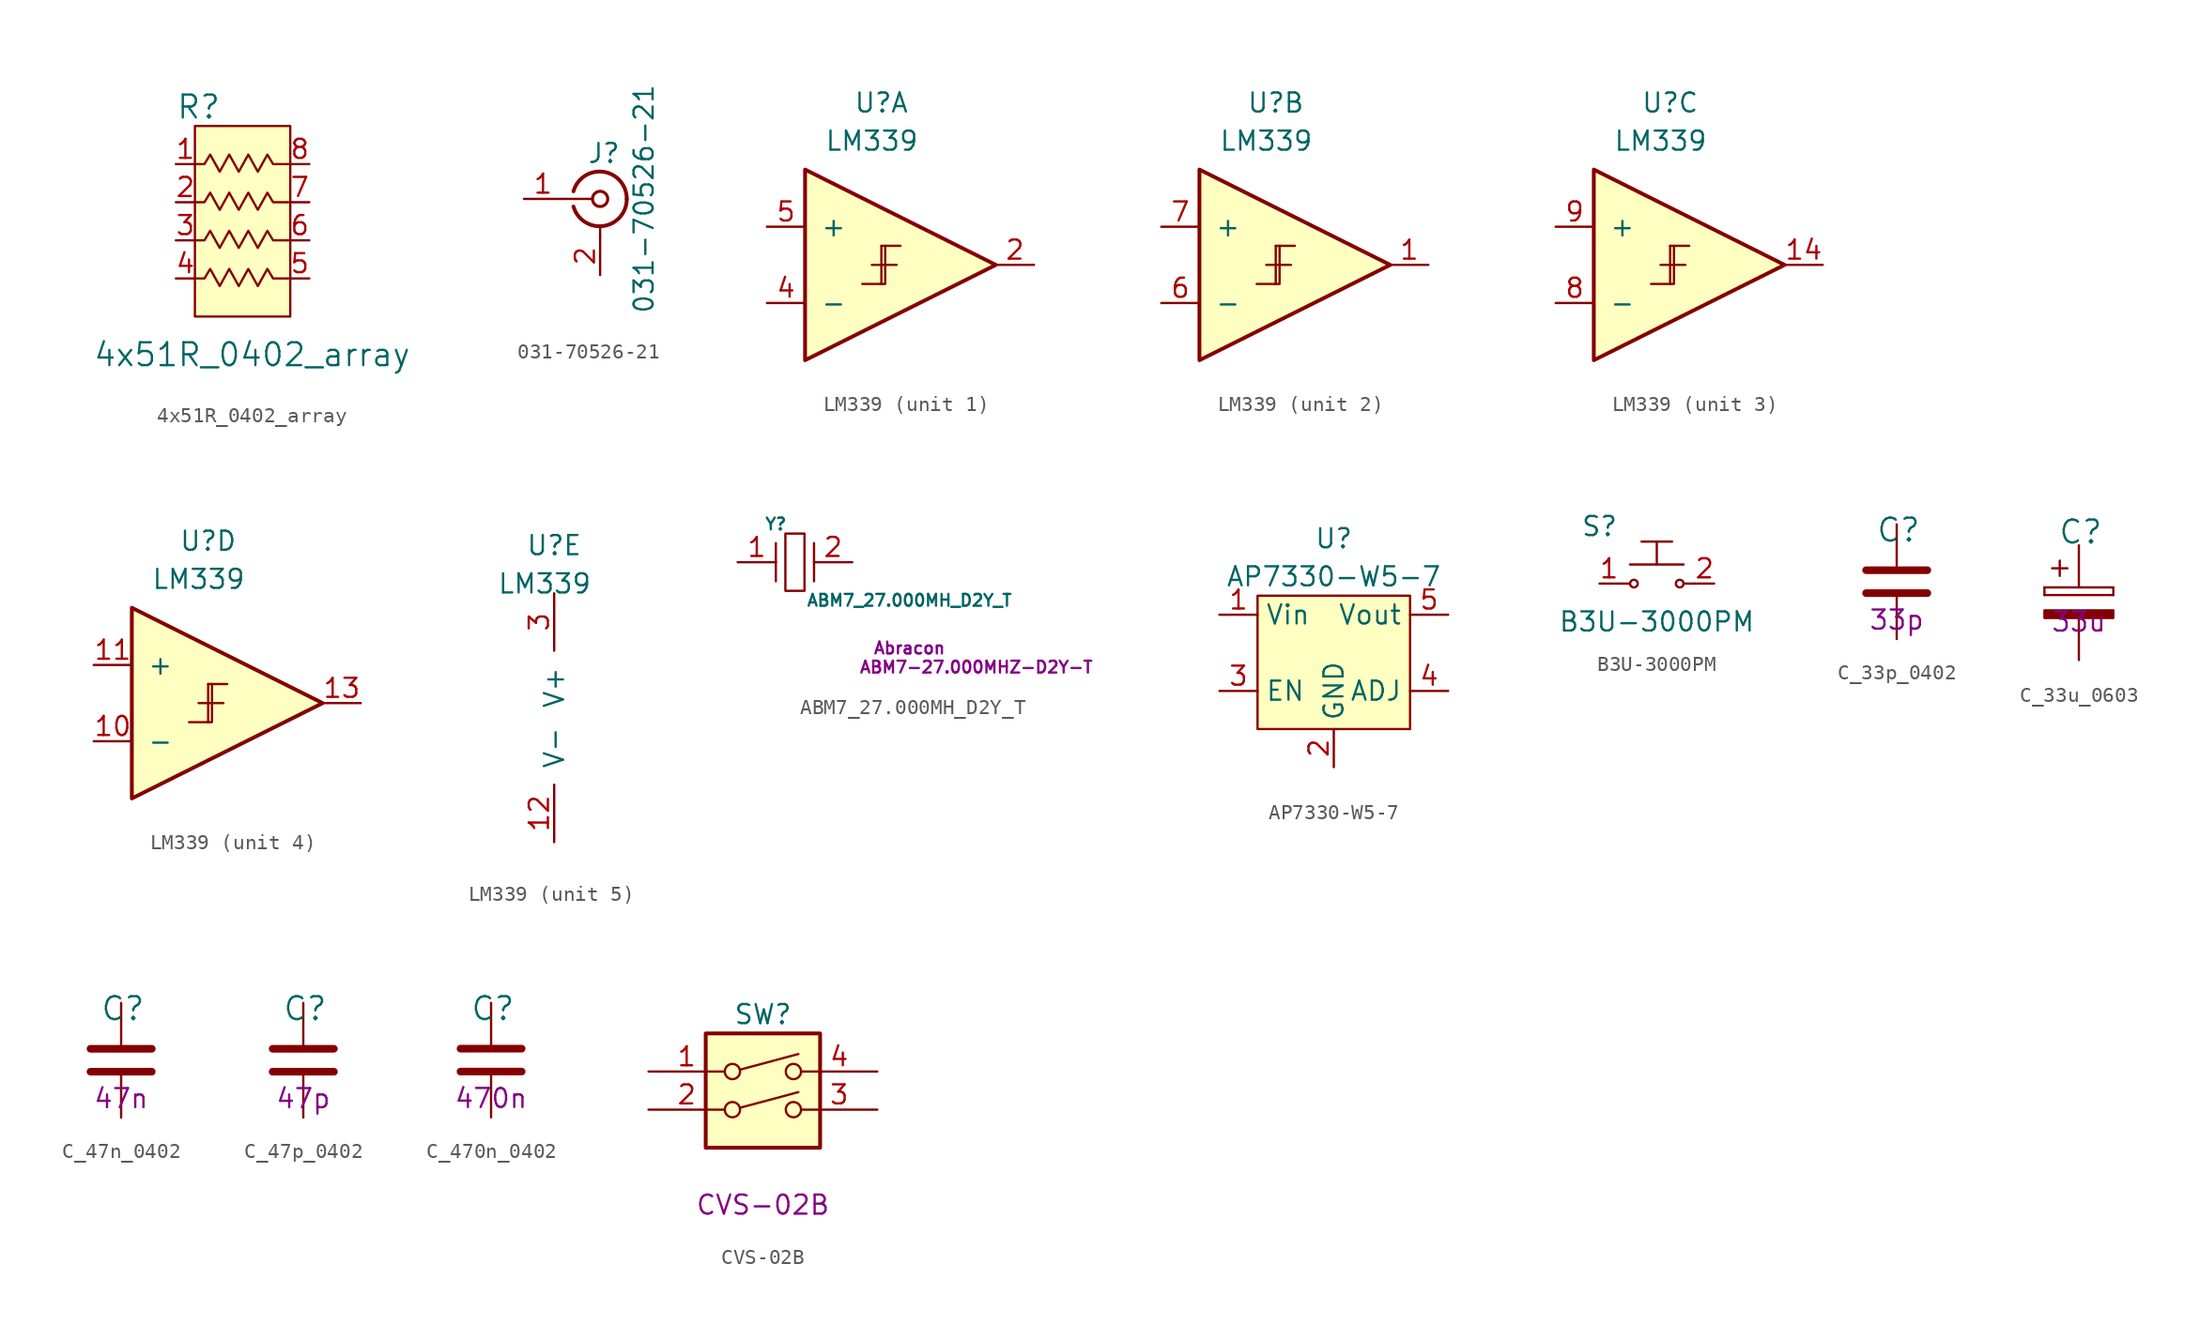
<source format=kicad_sym>
(kicad_symbol_lib
  (version 20211014)
  (generator kicad_symbol_editor)
  (symbol "4x51R_0402_array"
    (pin_names
      (offset 1.016))
    (property "Reference" "R"
      (at -5.08 13.97 0)
      (effects (font (size 1.524 1.524)) (justify left)))
    (property "Value" "4x51R_0402_array"
      (at 0 -2.54 0)
      (effects (font (size 1.524 1.524))))
    (symbol "4x51R_0402_array_0_1"
      (polyline (pts (xy 2.54 12.7) (xy 2.54 0) (xy -3.81 0) (xy -3.81 12.7) (xy 2.54 12.7)) (stroke (width 0) (type default) (color 0 0 0 0)) (fill (type background)))
      (polyline (pts (xy -3.81 7.62) (xy -3.175 7.62) (xy -2.794 8.255) (xy -2.159 7.112) (xy -1.524 8.255) (xy -0.889 7.112) (xy -0.254 8.255) (xy 0.381 7.112) (xy 1.016 8.255) (xy 1.397 7.62) (xy 2.413 7.62)) (stroke (width 0) (type default) (color 0 0 0 0)) (fill (type none))))
    (symbol "4x51R_0402_array_1_1"
      (polyline (pts (xy -3.81 2.54) (xy -3.175 2.54) (xy -2.794 3.175) (xy -2.159 2.032) (xy -1.524 3.175) (xy -0.889 2.032) (xy -0.254 3.175) (xy 0.381 2.032) (xy 1.016 3.175) (xy 1.397 2.54) (xy 2.413 2.54)) (stroke (width 0) (type default) (color 0 0 0 0)) (fill (type none)))
      (polyline (pts (xy -3.81 5.08) (xy -3.175 5.08) (xy -2.794 5.715) (xy -2.159 4.572) (xy -1.524 5.715) (xy -0.889 4.572) (xy -0.254 5.715) (xy 0.381 4.572) (xy 1.016 5.715) (xy 1.397 5.08) (xy 2.413 5.08)) (stroke (width 0) (type default) (color 0 0 0 0)) (fill (type none)))
      (polyline (pts (xy -3.81 10.16) (xy -3.175 10.16) (xy -2.794 10.795) (xy -2.159 9.652) (xy -1.524 10.795) (xy -0.889 9.652) (xy -0.254 10.795) (xy 0.381 9.652) (xy 1.016 10.795) (xy 1.397 10.16) (xy 2.413 10.16)) (stroke (width 0) (type default) (color 0 0 0 0)) (fill (type none)))
      (pin passive line (at -5.08 10.16 0) (length 1.27) (name "~" (effects (font (size 1.27 1.27)))) (number "1" (effects (font (size 1.27 1.27)))))
      (pin passive line (at -5.08 7.62 0) (length 1.27) (name "~" (effects (font (size 1.27 1.27)))) (number "2" (effects (font (size 1.27 1.27)))))
      (pin passive line (at -5.08 5.08 0) (length 1.27) (name "~" (effects (font (size 1.27 1.27)))) (number "3" (effects (font (size 1.27 1.27)))))
      (pin passive line (at -5.08 2.54 0) (length 1.27) (name "~" (effects (font (size 1.27 1.27)))) (number "4" (effects (font (size 1.27 1.27)))))
      (pin passive line (at 3.81 2.54 180) (length 1.27) (name "~" (effects (font (size 1.27 1.27)))) (number "5" (effects (font (size 1.27 1.27)))))
      (pin passive line (at 3.81 5.08 180) (length 1.27) (name "~" (effects (font (size 1.27 1.27)))) (number "6" (effects (font (size 1.27 1.27)))))
      (pin passive line (at 3.81 7.62 180) (length 1.27) (name "~" (effects (font (size 1.27 1.27)))) (number "7" (effects (font (size 1.27 1.27)))))
      (pin passive line (at 3.81 10.16 180) (length 1.27) (name "~" (effects (font (size 1.27 1.27)))) (number "8" (effects (font (size 1.27 1.27)))))))
  (symbol "031-70526-21"
    (pin_names
      (offset 1.016) hide)
    (property "Reference" "J"
      (at 0.254 3.048 0)
      (effects (font (size 1.27 1.27))))
    (property "Value" "031-70526-21"
      (at 2.921 0 90)
      (effects (font (size 1.27 1.27))))
    (symbol "031-70526-21_0_1"
      (arc (start -1.778 -0.508) (mid 0.2311 -1.8066) (end 1.778 0) (stroke (width 0.254) (type default) (color 0 0 0 0)) (fill (type none)))
      (polyline (pts (xy -2.54 0) (xy -0.508 0)) (stroke (width 0) (type default) (color 0 0 0 0)) (fill (type none)))
      (polyline (pts (xy 0 -2.54) (xy 0 -1.778)) (stroke (width 0) (type default) (color 0 0 0 0)) (fill (type none)))
      (circle (center 0 0) (radius 0.508) (stroke (width 0.203) (type default) (color 0 0 0 0)) (fill (type none)))
      (arc (start 1.778 0) (mid 0.2099 1.8101) (end -1.778 0.508) (stroke (width 0.254) (type default) (color 0 0 0 0)) (fill (type none))))
    (symbol "031-70526-21_1_1"
      (pin passive line (at -5.08 0 0) (length 2.54) (name "In" (effects (font (size 1.27 1.27)))) (number "1" (effects (font (size 1.27 1.27)))))
      (pin passive line (at 0 -5.08 90) (length 2.54) (name "Ext" (effects (font (size 1.27 1.27)))) (number "2" (effects (font (size 1.27 1.27)))))))
  (symbol " LM339"
    (pin_names
      (offset 1.016))
    (property "Reference" "U"
      (at 0 10.795 0)
      (effects (font (size 1.27 1.27))))
    (property "Value" " LM339"
      (at -0.635 8.255 0)
      (effects (font (size 1.27 1.27))))
    (symbol " LM339_1_1"
      (polyline (pts (xy -0.635 0) (xy 1.016 0)) (stroke (width 0) (type default) (color 0 0 0 0)) (fill (type none)))
      (polyline (pts (xy 0 -1.27) (xy -1.27 -1.27)) (stroke (width 0) (type default) (color 0 0 0 0)) (fill (type none)))
      (polyline (pts (xy 0 1.27) (xy 0 -1.27)) (stroke (width 0) (type default) (color 0 0 0 0)) (fill (type none)))
      (polyline (pts (xy 0 1.27) (xy 1.27 1.27)) (stroke (width 0) (type default) (color 0 0 0 0)) (fill (type none)))
      (polyline (pts (xy 0 -1.27) (xy 0.254 -1.27) (xy 0.254 1.27)) (stroke (width 0) (type default) (color 0 0 0 0)) (fill (type none)))
      (polyline (pts (xy -5.08 6.35) (xy 7.62 0) (xy -5.08 -6.35) (xy -5.08 6.35)) (stroke (width 0.254) (type default) (color 0 0 0 0)) (fill (type background)))
      (pin output line (at 10.16 0 180) (length 2.54) (name "~" (effects (font (size 1.27 1.27)))) (number "2" (effects (font (size 1.27 1.27)))))
      (pin input line (at -7.62 -2.54 0) (length 2.54) (name "-" (effects (font (size 1.27 1.27)))) (number "4" (effects (font (size 1.27 1.27)))))
      (pin input line (at -7.62 2.54 0) (length 2.54) (name "+" (effects (font (size 1.27 1.27)))) (number "5" (effects (font (size 1.27 1.27))))))
    (symbol " LM339_2_1"
      (polyline (pts (xy -0.635 0) (xy 1.016 0)) (stroke (width 0) (type default) (color 0 0 0 0)) (fill (type none)))
      (polyline (pts (xy 0 -1.27) (xy -1.27 -1.27)) (stroke (width 0) (type default) (color 0 0 0 0)) (fill (type none)))
      (polyline (pts (xy 0 1.27) (xy 0 -1.27)) (stroke (width 0) (type default) (color 0 0 0 0)) (fill (type none)))
      (polyline (pts (xy 0 1.27) (xy 1.27 1.27)) (stroke (width 0) (type default) (color 0 0 0 0)) (fill (type none)))
      (polyline (pts (xy 0 -1.27) (xy 0.254 -1.27) (xy 0.254 1.27)) (stroke (width 0) (type default) (color 0 0 0 0)) (fill (type none)))
      (polyline (pts (xy -5.08 6.35) (xy 7.62 0) (xy -5.08 -6.35) (xy -5.08 6.35)) (stroke (width 0.254) (type default) (color 0 0 0 0)) (fill (type background)))
      (pin output line (at 10.16 0 180) (length 2.54) (name "~" (effects (font (size 1.27 1.27)))) (number "1" (effects (font (size 1.27 1.27)))))
      (pin input line (at -7.62 -2.54 0) (length 2.54) (name "-" (effects (font (size 1.27 1.27)))) (number "6" (effects (font (size 1.27 1.27)))))
      (pin input line (at -7.62 2.54 0) (length 2.54) (name "+" (effects (font (size 1.27 1.27)))) (number "7" (effects (font (size 1.27 1.27))))))
    (symbol " LM339_3_1"
      (polyline (pts (xy -0.635 0) (xy 1.016 0)) (stroke (width 0) (type default) (color 0 0 0 0)) (fill (type none)))
      (polyline (pts (xy 0 -1.27) (xy -1.27 -1.27)) (stroke (width 0) (type default) (color 0 0 0 0)) (fill (type none)))
      (polyline (pts (xy 0 1.27) (xy 0 -1.27)) (stroke (width 0) (type default) (color 0 0 0 0)) (fill (type none)))
      (polyline (pts (xy 0 1.27) (xy 1.27 1.27)) (stroke (width 0) (type default) (color 0 0 0 0)) (fill (type none)))
      (polyline (pts (xy 0 -1.27) (xy 0.254 -1.27) (xy 0.254 1.27)) (stroke (width 0) (type default) (color 0 0 0 0)) (fill (type none)))
      (polyline (pts (xy -5.08 6.35) (xy 7.62 0) (xy -5.08 -6.35) (xy -5.08 6.35)) (stroke (width 0.254) (type default) (color 0 0 0 0)) (fill (type background)))
      (pin output line (at 10.16 0 180) (length 2.54) (name "~" (effects (font (size 1.27 1.27)))) (number "14" (effects (font (size 1.27 1.27)))))
      (pin input line (at -7.62 -2.54 0) (length 2.54) (name "-" (effects (font (size 1.27 1.27)))) (number "8" (effects (font (size 1.27 1.27)))))
      (pin input line (at -7.62 2.54 0) (length 2.54) (name "+" (effects (font (size 1.27 1.27)))) (number "9" (effects (font (size 1.27 1.27))))))
    (symbol " LM339_4_1"
      (polyline (pts (xy -0.635 0) (xy 1.016 0)) (stroke (width 0) (type default) (color 0 0 0 0)) (fill (type none)))
      (polyline (pts (xy 0 -1.27) (xy -1.27 -1.27)) (stroke (width 0) (type default) (color 0 0 0 0)) (fill (type none)))
      (polyline (pts (xy 0 1.27) (xy 0 -1.27)) (stroke (width 0) (type default) (color 0 0 0 0)) (fill (type none)))
      (polyline (pts (xy 0 1.27) (xy 1.27 1.27)) (stroke (width 0) (type default) (color 0 0 0 0)) (fill (type none)))
      (polyline (pts (xy 0 -1.27) (xy 0.254 -1.27) (xy 0.254 1.27)) (stroke (width 0) (type default) (color 0 0 0 0)) (fill (type none)))
      (polyline (pts (xy -5.08 6.35) (xy 7.62 0) (xy -5.08 -6.35) (xy -5.08 6.35)) (stroke (width 0.254) (type default) (color 0 0 0 0)) (fill (type background)))
      (pin input line (at -7.62 -2.54 0) (length 2.54) (name "-" (effects (font (size 1.27 1.27)))) (number "10" (effects (font (size 1.27 1.27)))))
      (pin input line (at -7.62 2.54 0) (length 2.54) (name "+" (effects (font (size 1.27 1.27)))) (number "11" (effects (font (size 1.27 1.27)))))
      (pin output line (at 10.16 0 180) (length 2.54) (name "~" (effects (font (size 1.27 1.27)))) (number "13" (effects (font (size 1.27 1.27))))))
    (symbol " LM339_5_1"
      (pin power_in line (at 0 -8.89 90) (length 3.81) (name "V-" (effects (font (size 1.27 1.27)))) (number "12" (effects (font (size 1.27 1.27)))))
      (pin power_in line (at 0 7.62 270) (length 3.81) (name "V+" (effects (font (size 1.27 1.27)))) (number "3" (effects (font (size 1.27 1.27)))))))
  (symbol "ABM7_27.000MH_D2Y_T"
    (pin_names
      (offset 1.016))
    (property "Reference" "Y"
      (at -1.27 2.54 0)
      (effects (font (size 0.787 0.787))))
    (property "Value" "ABM7_27.000MH_D2Y_T"
      (at 7.62 -2.54 0)
      (effects (font (size 0.787 0.787))))
    (property "MPN" "ABM7-27.000MHZ-D2Y-T"
      (at 12.065 -6.985 0)
      (effects (font (size 0.787 0.787))))
    (property "Manufacturer" "Abracon"
      (at 7.62 -5.715 0)
      (effects (font (size 0.787 0.787))))
    (symbol "ABM7_27.000MH_D2Y_T_0_1"
      (rectangle (start -0.635 1.905) (end 0.635 -1.905) (stroke (width 0) (type default) (color 0 0 0 0)) (fill (type none)))
      (polyline (pts (xy 1.27 -1.27) (xy 1.27 1.27)) (stroke (width 0) (type default) (color 0 0 0 0)) (fill (type none))))
    (symbol "ABM7_27.000MH_D2Y_T_1_1"
      (polyline (pts (xy -1.27 1.27) (xy -1.27 -1.27)) (stroke (width 0) (type default) (color 0 0 0 0)) (fill (type none)))
      (pin passive line (at -3.81 0 0) (length 2.54) (name "~" (effects (font (size 1.27 1.27)))) (number "1" (effects (font (size 1.27 1.27)))))
      (pin passive line (at 3.81 0 180) (length 2.54) (name "~" (effects (font (size 1.27 1.27)))) (number "2" (effects (font (size 1.27 1.27)))))))
  (symbol "AP7330-W5-7"
    (property "Reference" "U"
      (at 0 7.62 0)
      (effects (font (size 1.27 1.27))))
    (property "Value" "AP7330-W5-7"
      (at 0 5.08 0)
      (effects (font (size 1.27 1.27))))
    (symbol "AP7330-W5-7_0_1"
      (rectangle (start -5.08 3.81) (end 5.08 -5.08) (stroke (width 0) (type default) (color 0 0 0 0)) (fill (type background))))
    (symbol "AP7330-W5-7_1_1"
      (pin power_in line (at -7.62 2.54 0) (length 2.54) (name "Vin" (effects (font (size 1.27 1.27)))) (number "1" (effects (font (size 1.27 1.27)))))
      (pin power_in line (at 0 -7.62 90) (length 2.54) (name "GND" (effects (font (size 1.27 1.27)))) (number "2" (effects (font (size 1.27 1.27)))))
      (pin input line (at -7.62 -2.54 0) (length 2.54) (name "EN" (effects (font (size 1.27 1.27)))) (number "3" (effects (font (size 1.27 1.27)))))
      (pin passive line (at 7.62 -2.54 180) (length 2.54) (name "ADJ" (effects (font (size 1.27 1.27)))) (number "4" (effects (font (size 1.27 1.27)))))
      (pin power_out line (at 7.62 2.54 180) (length 2.54) (name "Vout" (effects (font (size 1.27 1.27)))) (number "5" (effects (font (size 1.27 1.27)))))))
  (symbol "B3U-3000PM"
    (pin_names
      (offset 1.016))
    (property "Reference" "S"
      (at -3.81 3.81 0)
      (effects (font (size 1.27 1.27))))
    (property "Value" "B3U-3000PM"
      (at 0 -2.54 0)
      (effects (font (size 1.27 1.27))))
    (symbol "B3U-3000PM_0_1"
      (circle (center -1.524 0) (radius 0.254) (stroke (width 0) (type default) (color 0 0 0 0)) (fill (type none)))
      (polyline (pts (xy -2.54 0) (xy -1.778 0)) (stroke (width 0) (type default) (color 0 0 0 0)) (fill (type none)))
      (polyline (pts (xy -1.778 1.27) (xy 1.778 1.27)) (stroke (width 0) (type default) (color 0 0 0 0)) (fill (type none)))
      (polyline (pts (xy -1.016 2.794) (xy 1.016 2.794)) (stroke (width 0) (type default) (color 0 0 0 0)) (fill (type none)))
      (polyline (pts (xy 0 1.27) (xy 0 2.794)) (stroke (width 0) (type default) (color 0 0 0 0)) (fill (type none)))
      (polyline (pts (xy 2.54 0) (xy 1.778 0)) (stroke (width 0) (type default) (color 0 0 0 0)) (fill (type none)))
      (circle (center 1.524 0) (radius 0.254) (stroke (width 0) (type default) (color 0 0 0 0)) (fill (type none))))
    (symbol "B3U-3000PM_1_1"
      (pin passive line (at -3.81 0 0) (length 1.27) (name "~" (effects (font (size 1.27 1.27)))) (number "1" (effects (font (size 1.27 1.27)))))
      (pin passive line (at 3.81 0 180) (length 1.27) (name "~" (effects (font (size 1.27 1.27)))) (number "2" (effects (font (size 1.27 1.27)))))))
  (symbol "C_33p_0402"
    (pin_names
      (offset 0))
    (property "Reference" "C"
      (at -1.397 3.429 0)
      (effects (font (size 1.524 1.524)) (justify left)))
    (property "Val" "33p"
      (at 0 -2.54 0)
      (effects (font (size 1.27 1.27))))
    (symbol "C_33p_0402_1_1"
      (polyline (pts (xy -2.032 -0.762) (xy 2.032 -0.762)) (stroke (width 0.508) (type default) (color 0 0 0 0)) (fill (type none)))
      (polyline (pts (xy -2.032 0.762) (xy 2.032 0.762)) (stroke (width 0.508) (type default) (color 0 0 0 0)) (fill (type none)))
      (pin passive line (at 0 3.81 270) (length 2.794) (name "~" (effects (font (size 0 0)))) (number "1" (effects (font (size 0 0)))))
      (pin passive line (at 0 -3.81 90) (length 2.794) (name "~" (effects (font (size 0 0)))) (number "2" (effects (font (size 0 0)))))))
  (symbol "C_33u_0603"
    (pin_names
      (offset 0))
    (property "Reference" "C"
      (at -1.397 3.429 0)
      (effects (font (size 1.524 1.524)) (justify left)))
    (property "Val" "33u"
      (at 0 -2.54 0)
      (effects (font (size 1.27 1.27))))
    (symbol "C_33u_0603_1_1"
      (rectangle (start -2.286 -0.762) (end -2.286 -0.254) (stroke (width 0) (type default) (color 0 0 0 0)) (fill (type none)))
      (rectangle (start -2.286 -0.762) (end 2.286 -0.762) (stroke (width 0) (type default) (color 0 0 0 0)) (fill (type none)))
      (polyline (pts (xy -1.778 1.016) (xy -0.762 1.016)) (stroke (width 0) (type default) (color 0 0 0 0)) (fill (type none)))
      (polyline (pts (xy -1.27 1.524) (xy -1.27 0.508)) (stroke (width 0) (type default) (color 0 0 0 0)) (fill (type none)))
      (rectangle (start 2.286 -1.778) (end -2.286 -2.286) (stroke (width 0) (type default) (color 0 0 0 0)) (fill (type outline)))
      (rectangle (start 2.286 -0.254) (end -2.286 -0.254) (stroke (width 0) (type default) (color 0 0 0 0)) (fill (type none)))
      (rectangle (start 2.286 -0.254) (end 2.286 -0.762) (stroke (width 0) (type default) (color 0 0 0 0)) (fill (type none)))
      (pin passive line (at 0 2.54 270) (length 2.794) (name "~" (effects (font (size 0 0)))) (number "1" (effects (font (size 0 0)))))
      (pin passive line (at 0 -5.08 90) (length 2.794) (name "~" (effects (font (size 0 0)))) (number "2" (effects (font (size 0 0)))))))
  (symbol "C_47n_0402"
    (pin_names
      (offset 0))
    (property "Reference" "C"
      (at -1.397 3.429 0)
      (effects (font (size 1.524 1.524)) (justify left)))
    (property "Val" "47n"
      (at 0 -2.54 0)
      (effects (font (size 1.27 1.27))))
    (symbol "C_47n_0402_1_1"
      (polyline (pts (xy -2.032 -0.762) (xy 2.032 -0.762)) (stroke (width 0.508) (type default) (color 0 0 0 0)) (fill (type none)))
      (polyline (pts (xy -2.032 0.762) (xy 2.032 0.762)) (stroke (width 0.508) (type default) (color 0 0 0 0)) (fill (type none)))
      (pin passive line (at 0 3.81 270) (length 2.794) (name "~" (effects (font (size 0 0)))) (number "1" (effects (font (size 0 0)))))
      (pin passive line (at 0 -3.81 90) (length 2.794) (name "~" (effects (font (size 0 0)))) (number "2" (effects (font (size 0 0)))))))
  (symbol "C_47p_0402"
    (pin_names
      (offset 0))
    (property "Reference" "C"
      (at -1.397 3.429 0)
      (effects (font (size 1.524 1.524)) (justify left)))
    (property "Val" "47p"
      (at 0 -2.54 0)
      (effects (font (size 1.27 1.27))))
    (symbol "C_47p_0402_1_1"
      (polyline (pts (xy -2.032 -0.762) (xy 2.032 -0.762)) (stroke (width 0.508) (type default) (color 0 0 0 0)) (fill (type none)))
      (polyline (pts (xy -2.032 0.762) (xy 2.032 0.762)) (stroke (width 0.508) (type default) (color 0 0 0 0)) (fill (type none)))
      (pin passive line (at 0 3.81 270) (length 2.794) (name "~" (effects (font (size 0 0)))) (number "1" (effects (font (size 0 0)))))
      (pin passive line (at 0 -3.81 90) (length 2.794) (name "~" (effects (font (size 0 0)))) (number "2" (effects (font (size 0 0)))))))
  (symbol "C_470n_0402"
    (pin_names
      (offset 0))
    (property "Reference" "C"
      (at -1.397 3.429 0)
      (effects (font (size 1.524 1.524)) (justify left)))
    (property "Val" "470n"
      (at 0 -2.54 0)
      (effects (font (size 1.27 1.27))))
    (symbol "C_470n_0402_1_1"
      (polyline (pts (xy -2.032 -0.762) (xy 2.032 -0.762)) (stroke (width 0.508) (type default) (color 0 0 0 0)) (fill (type none)))
      (polyline (pts (xy -2.032 0.762) (xy 2.032 0.762)) (stroke (width 0.508) (type default) (color 0 0 0 0)) (fill (type none)))
      (pin passive line (at 0 3.81 270) (length 2.794) (name "~" (effects (font (size 0 0)))) (number "1" (effects (font (size 0 0)))))
      (pin passive line (at 0 -3.81 90) (length 2.794) (name "~" (effects (font (size 0 0)))) (number "2" (effects (font (size 0 0)))))))
  (symbol "CVS-02B"
    (pin_names
      (offset 0) hide)
    (property "Reference" "SW"
      (at 0 6.35 0)
      (effects (font (size 1.27 1.27))))
    (property "MPN" "CVS-02B"
      (at 0 -6.35 0)
      (effects (font (size 1.27 1.27))))
    (symbol "CVS-02B_0_0"
      (circle (center -2.032 0) (radius 0.508) (stroke (width 0) (type default) (color 0 0 0 0)) (fill (type none)))
      (circle (center -2.032 2.54) (radius 0.508) (stroke (width 0) (type default) (color 0 0 0 0)) (fill (type none)))
      (polyline (pts (xy -1.524 0.127) (xy 2.362 1.168)) (stroke (width 0) (type default) (color 0 0 0 0)) (fill (type none)))
      (polyline (pts (xy -1.524 2.667) (xy 2.362 3.708)) (stroke (width 0) (type default) (color 0 0 0 0)) (fill (type none)))
      (circle (center 2.032 0) (radius 0.508) (stroke (width 0) (type default) (color 0 0 0 0)) (fill (type none)))
      (circle (center 2.032 2.54) (radius 0.508) (stroke (width 0) (type default) (color 0 0 0 0)) (fill (type none))))
    (symbol "CVS-02B_0_1"
      (rectangle (start -3.81 5.08) (end 3.81 -2.54) (stroke (width 0.254) (type default) (color 0 0 0 0)) (fill (type background))))
    (symbol "CVS-02B_1_1"
      (pin passive line (at -7.62 2.54 0) (length 5.08) (name "~" (effects (font (size 1.27 1.27)))) (number "1" (effects (font (size 1.27 1.27)))))
      (pin passive line (at -7.62 0 0) (length 5.08) (name "~" (effects (font (size 1.27 1.27)))) (number "2" (effects (font (size 1.27 1.27)))))
      (pin passive line (at 7.62 0 180) (length 5.08) (name "~" (effects (font (size 1.27 1.27)))) (number "3" (effects (font (size 1.27 1.27)))))
      (pin passive line (at 7.62 2.54 180) (length 5.08) (name "~" (effects (font (size 1.27 1.27)))) (number "4" (effects (font (size 1.27 1.27))))))))
</source>
